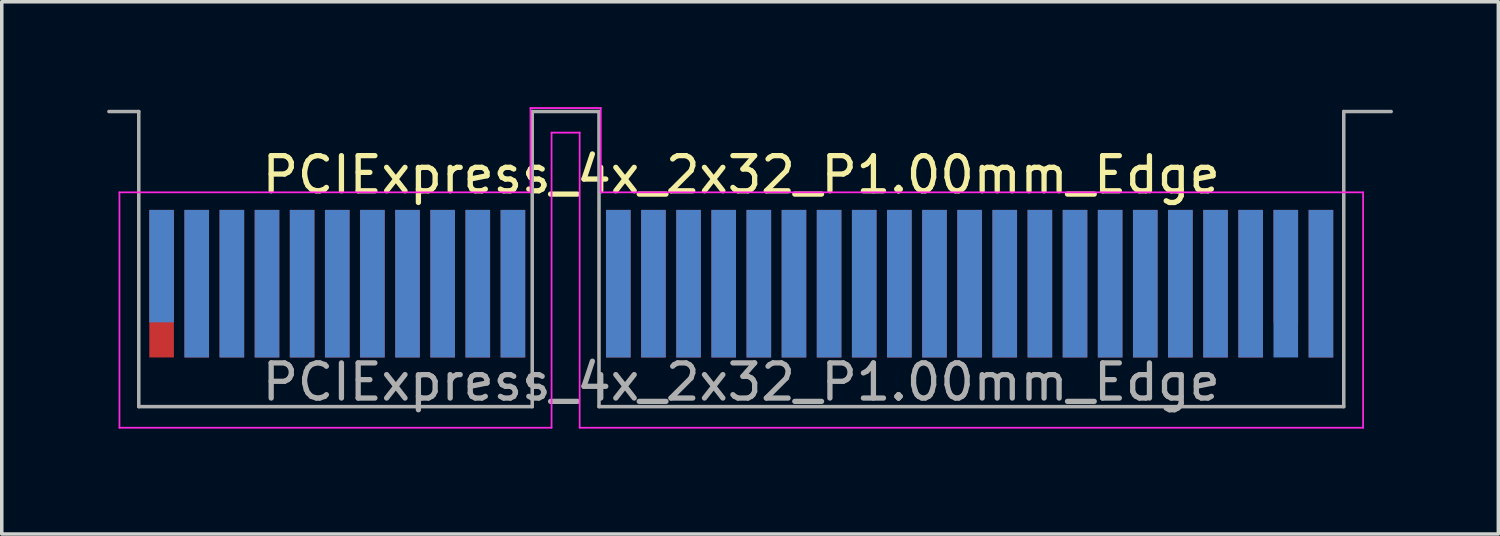
<source format=kicad_pcb>
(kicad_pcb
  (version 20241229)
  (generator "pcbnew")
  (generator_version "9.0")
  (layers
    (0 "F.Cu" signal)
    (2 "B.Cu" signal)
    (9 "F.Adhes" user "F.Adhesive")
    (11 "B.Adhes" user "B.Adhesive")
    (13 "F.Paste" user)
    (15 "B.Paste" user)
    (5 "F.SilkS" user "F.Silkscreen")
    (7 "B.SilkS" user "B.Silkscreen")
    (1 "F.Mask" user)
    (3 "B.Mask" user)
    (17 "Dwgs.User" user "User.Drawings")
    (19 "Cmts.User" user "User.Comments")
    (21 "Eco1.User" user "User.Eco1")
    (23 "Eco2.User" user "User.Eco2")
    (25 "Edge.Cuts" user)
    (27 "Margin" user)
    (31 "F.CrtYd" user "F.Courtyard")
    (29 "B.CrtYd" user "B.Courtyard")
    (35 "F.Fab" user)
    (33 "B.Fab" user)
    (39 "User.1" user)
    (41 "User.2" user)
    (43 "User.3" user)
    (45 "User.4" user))
  (footprint "PCIExpress_4x_2x32_P1.00mm_Edge"
    (layer "F.Cu")
    (at 18.05 5.025)
    (property "Reference" "PCIExpress_4x_2x32_P1.00mm_Edge" (at 0 -3.1 0) (layer "F.SilkS") (effects (font (size 1 1) (thickness 0.15))))
    (attr exclude_from_pos_files exclude_from_bom)
    (fp_line (start -17.7 -2.6) (end -17.7 4.1) (stroke (width 0.05) (type solid)) (layer "F.CrtYd"))
    (fp_line (start -17.7 4.1) (end -5.4 4.1) (stroke (width 0.05) (type solid)) (layer "F.CrtYd"))
    (fp_line (start -6 -5) (end -6 -2.6) (stroke (width 0.05) (type solid)) (layer "F.CrtYd"))
    (fp_line (start -6 -2.6) (end -17.7 -2.6) (stroke (width 0.05) (type solid)) (layer "F.CrtYd"))
    (fp_line (start -5.4 -4.3) (end -4.6 -4.3) (stroke (width 0.05) (type solid)) (layer "F.CrtYd"))
    (fp_line (start -5.4 4.1) (end -5.4 -4.3) (stroke (width 0.05) (type solid)) (layer "F.CrtYd"))
    (fp_line (start -4.6 -4.3) (end -4.6 4.1) (stroke (width 0.05) (type solid)) (layer "F.CrtYd"))
    (fp_line (start -4.6 4.1) (end 17.7 4.1) (stroke (width 0.05) (type solid)) (layer "F.CrtYd"))
    (fp_line (start -4 -5) (end -6 -5) (stroke (width 0.05) (type solid)) (layer "F.CrtYd"))
    (fp_line (start -4 -2.6) (end -4 -5) (stroke (width 0.05) (type solid)) (layer "F.CrtYd"))
    (fp_line (start 17.7 -2.6) (end -4 -2.6) (stroke (width 0.05) (type solid)) (layer "F.CrtYd"))
    (fp_line (start 17.7 4.1) (end 17.7 -2.6) (stroke (width 0.05) (type solid)) (layer "F.CrtYd"))
    (fp_line (start -17.15 -4.9) (end -18 -4.9) (stroke (width 0.1) (type solid)) (layer "F.Fab"))
    (fp_line (start -17.15 -4.9) (end -17.15 3.5) (stroke (width 0.1) (type solid)) (layer "F.Fab"))
    (fp_line (start -17.15 3.5) (end -5.95 3.5) (stroke (width 0.1) (type solid)) (layer "F.Fab"))
    (fp_line (start -5.95 -4.9) (end -5.95 3.5) (stroke (width 0.1) (type solid)) (layer "F.Fab"))
    (fp_line (start -5.95 -4.9) (end -4.05 -4.9) (stroke (width 0.1) (type solid)) (layer "F.Fab"))
    (fp_line (start -4.05 -4.9) (end -4.05 3.5) (stroke (width 0.1) (type solid)) (layer "F.Fab"))
    (fp_line (start -4.05 3.5) (end 17.15 3.5) (stroke (width 0.1) (type solid)) (layer "F.Fab"))
    (fp_line (start 17.15 -4.9) (end 17.15 3.5) (stroke (width 0.1) (type solid)) (layer "F.Fab"))
    (fp_line (start 17.15 -4.9) (end 18.5 -4.9) (stroke (width 0.1) (type solid)) (layer "F.Fab"))
    (fp_text user "${REFERENCE}" (at 0 2.8 0) (layer "F.Fab") (effects (font (size 1 1) (thickness 0.15))))
    (pad "A1" connect rect (at -16.5 -0.5) (size 0.7 3.2) (layers "B.Cu" "B.Mask"))
    (pad "A2" connect rect (at -15.5 0) (size 0.7 4.2) (layers "B.Cu" "B.Mask"))
    (pad "A3" connect rect (at -14.5 0) (size 0.7 4.2) (layers "B.Cu" "B.Mask"))
    (pad "A4" connect rect (at -13.5 0) (size 0.7 4.2) (layers "B.Cu" "B.Mask"))
    (pad "A5" connect rect (at -12.5 0) (size 0.7 4.2) (layers "B.Cu" "B.Mask"))
    (pad "A6" connect rect (at -11.5 0) (size 0.7 4.2) (layers "B.Cu" "B.Mask"))
    (pad "A7" connect rect (at -10.5 0) (size 0.7 4.2) (layers "B.Cu" "B.Mask"))
    (pad "A8" connect rect (at -9.5 0) (size 0.7 4.2) (layers "B.Cu" "B.Mask"))
    (pad "A9" connect rect (at -8.5 0) (size 0.7 4.2) (layers "B.Cu" "B.Mask"))
    (pad "A10" connect rect (at -7.5 0) (size 0.7 4.2) (layers "B.Cu" "B.Mask"))
    (pad "A11" connect rect (at -6.5 0) (size 0.7 4.2) (layers "B.Cu" "B.Mask"))
    (pad "A12" connect rect (at -3.5 0) (size 0.7 4.2) (layers "B.Cu" "B.Mask"))
    (pad "A13" connect rect (at -2.5 0) (size 0.7 4.2) (layers "B.Cu" "B.Mask"))
    (pad "A14" connect rect (at -1.5 0) (size 0.7 4.2) (layers "B.Cu" "B.Mask"))
    (pad "A15" connect rect (at -0.5 0) (size 0.7 4.2) (layers "B.Cu" "B.Mask"))
    (pad "A16" connect rect (at 0.5 0) (size 0.7 4.2) (layers "B.Cu" "B.Mask"))
    (pad "A17" connect rect (at 1.5 0) (size 0.7 4.2) (layers "B.Cu" "B.Mask"))
    (pad "A18" connect rect (at 2.5 0) (size 0.7 4.2) (layers "B.Cu" "B.Mask"))
    (pad "A19" connect rect (at 3.5 0) (size 0.7 4.2) (layers "B.Cu" "B.Mask"))
    (pad "A20" connect rect (at 4.5 0) (size 0.7 4.2) (layers "B.Cu" "B.Mask"))
    (pad "A21" connect rect (at 5.5 0) (size 0.7 4.2) (layers "B.Cu" "B.Mask"))
    (pad "A22" connect rect (at 6.5 0) (size 0.7 4.2) (layers "B.Cu" "B.Mask"))
    (pad "A23" connect rect (at 7.5 0) (size 0.7 4.2) (layers "B.Cu" "B.Mask"))
    (pad "A24" connect rect (at 8.5 0) (size 0.7 4.2) (layers "B.Cu" "B.Mask"))
    (pad "A25" connect rect (at 9.5 0) (size 0.7 4.2) (layers "B.Cu" "B.Mask"))
    (pad "A26" connect rect (at 10.5 0) (size 0.7 4.2) (layers "B.Cu" "B.Mask"))
    (pad "A27" connect rect (at 11.5 0) (size 0.7 4.2) (layers "B.Cu" "B.Mask"))
    (pad "A28" connect rect (at 12.5 0) (size 0.7 4.2) (layers "B.Cu" "B.Mask"))
    (pad "A29" connect rect (at 13.5 0) (size 0.7 4.2) (layers "B.Cu" "B.Mask"))
    (pad "A30" connect rect (at 14.5 0) (size 0.7 4.2) (layers "B.Cu" "B.Mask"))
    (pad "A31" connect rect (at 15.5 0) (size 0.7 4.2) (layers "B.Cu" "B.Mask"))
    (pad "A32" connect rect (at 16.5 0) (size 0.7 4.2) (layers "B.Cu" "B.Mask"))
    (pad "B1" connect rect (at -16.5 0) (size 0.7 4.2) (layers "F.Cu" "F.Mask"))
    (pad "B2" connect rect (at -15.5 0) (size 0.7 4.2) (layers "F.Cu" "F.Mask"))
    (pad "B3" connect rect (at -14.5 0) (size 0.7 4.2) (layers "F.Cu" "F.Mask"))
    (pad "B4" connect rect (at -13.5 0) (size 0.7 4.2) (layers "F.Cu" "F.Mask"))
    (pad "B5" connect rect (at -12.5 0) (size 0.7 4.2) (layers "F.Cu" "F.Mask"))
    (pad "B6" connect rect (at -11.5 0) (size 0.7 4.2) (layers "F.Cu" "F.Mask"))
    (pad "B7" connect rect (at -10.5 0) (size 0.7 4.2) (layers "F.Cu" "F.Mask"))
    (pad "B8" connect rect (at -9.5 0) (size 0.7 4.2) (layers "F.Cu" "F.Mask"))
    (pad "B9" connect rect (at -8.5 0) (size 0.7 4.2) (layers "F.Cu" "F.Mask"))
    (pad "B10" connect rect (at -7.5 0) (size 0.7 4.2) (layers "F.Cu" "F.Mask"))
    (pad "B11" connect rect (at -6.5 0) (size 0.7 4.2) (layers "F.Cu" "F.Mask"))
    (pad "B12" connect rect (at -3.5 0) (size 0.7 4.2) (layers "F.Cu" "F.Mask"))
    (pad "B13" connect rect (at -2.5 0) (size 0.7 4.2) (layers "F.Cu" "F.Mask"))
    (pad "B14" connect rect (at -1.5 0) (size 0.7 4.2) (layers "F.Cu" "F.Mask"))
    (pad "B15" connect rect (at -0.5 0) (size 0.7 4.2) (layers "F.Cu" "F.Mask"))
    (pad "B16" connect rect (at 0.5 0) (size 0.7 4.2) (layers "F.Cu" "F.Mask"))
    (pad "B17" connect rect (at 1.5 0) (size 0.7 4.2) (layers "F.Cu" "F.Mask"))
    (pad "B18" connect rect (at 2.5 0) (size 0.7 4.2) (layers "F.Cu" "F.Mask"))
    (pad "B19" connect rect (at 3.5 0) (size 0.7 4.2) (layers "F.Cu" "F.Mask"))
    (pad "B20" connect rect (at 4.5 0) (size 0.7 4.2) (layers "F.Cu" "F.Mask"))
    (pad "B21" connect rect (at 5.5 0) (size 0.7 4.2) (layers "F.Cu" "F.Mask"))
    (pad "B22" connect rect (at 6.5 0) (size 0.7 4.2) (layers "F.Cu" "F.Mask"))
    (pad "B23" connect rect (at 7.5 0) (size 0.7 4.2) (layers "F.Cu" "F.Mask"))
    (pad "B24" connect rect (at 8.5 0) (size 0.7 4.2) (layers "F.Cu" "F.Mask"))
    (pad "B25" connect rect (at 9.5 0) (size 0.7 4.2) (layers "F.Cu" "F.Mask"))
    (pad "B26" connect rect (at 10.5 0) (size 0.7 4.2) (layers "F.Cu" "F.Mask"))
    (pad "B27" connect rect (at 11.5 0) (size 0.7 4.2) (layers "F.Cu" "F.Mask"))
    (pad "B28" connect rect (at 12.5 0) (size 0.7 4.2) (layers "F.Cu" "F.Mask"))
    (pad "B29" connect rect (at 13.5 0) (size 0.7 4.2) (layers "F.Cu" "F.Mask"))
    (pad "B30" connect rect (at 14.5 0) (size 0.7 4.2) (layers "F.Cu" "F.Mask"))
    (pad "B31" connect rect (at 15.5 -0.5) (size 0.7 3.2) (layers "F.Cu" "F.Mask"))
    (pad "B32" connect rect (at 16.5 0) (size 0.7 4.2) (layers "F.Cu" "F.Mask")))
  (gr_rect
    (start -3 -3)
    (end 39.6 12.15)
    (stroke (width 0.1) (type default))
    (fill no)
    (layer "Edge.Cuts")))
</source>
